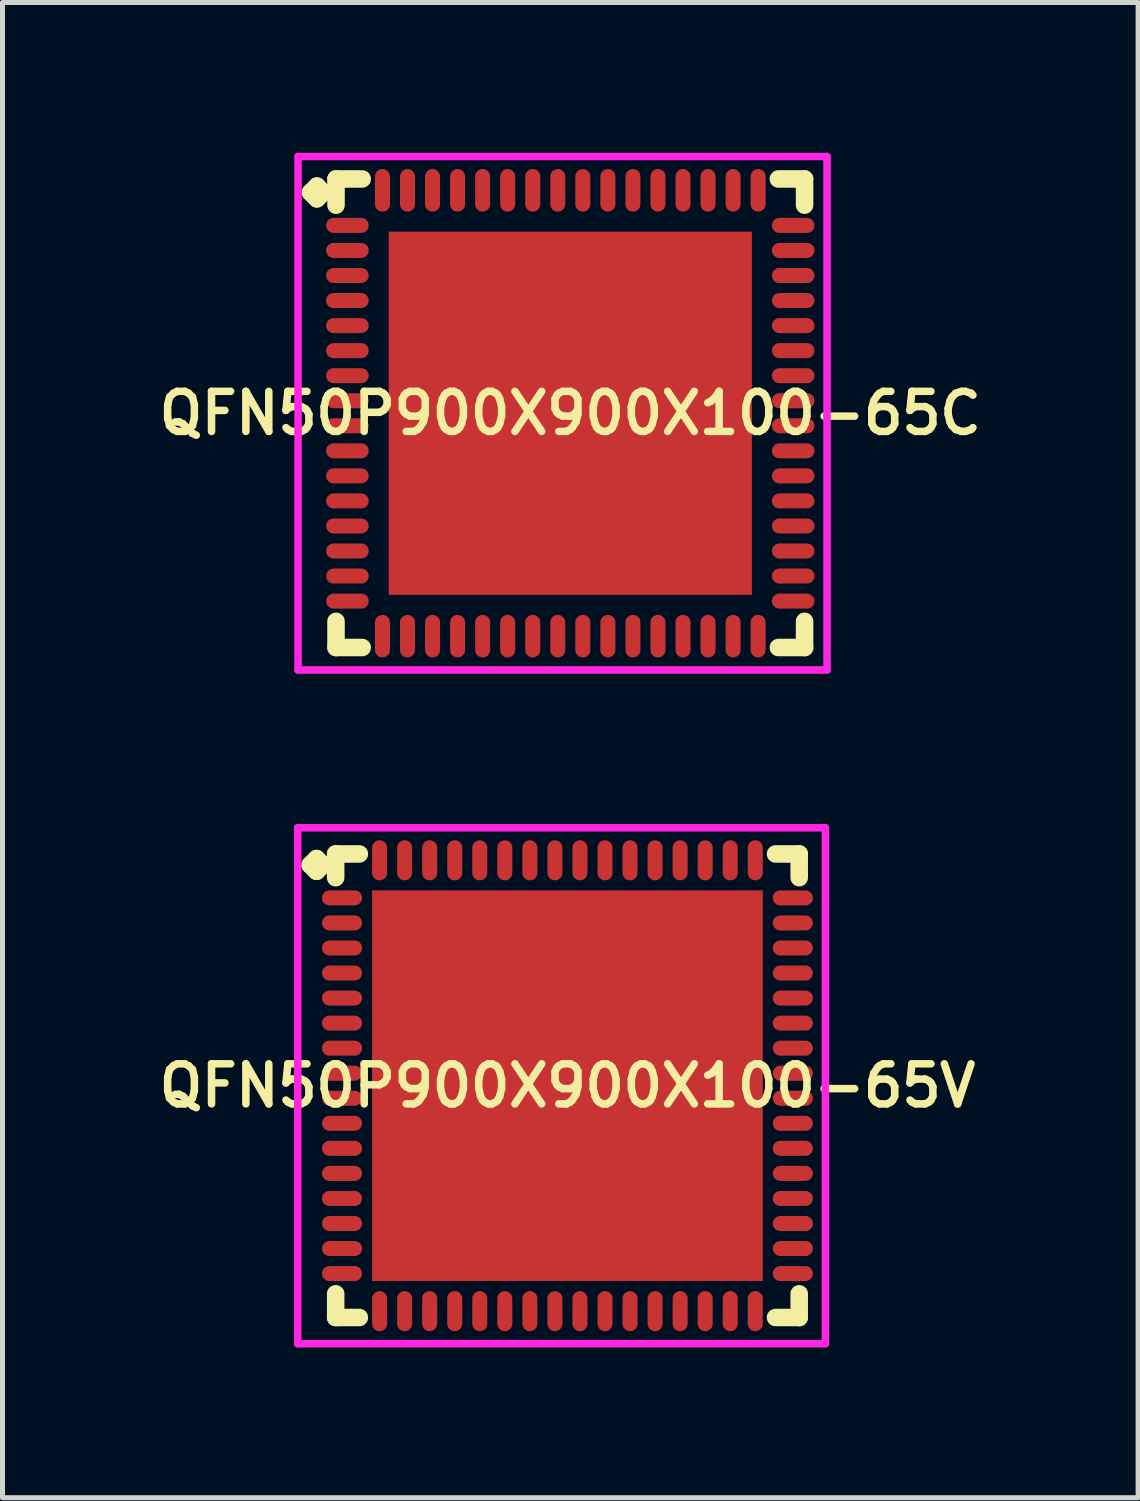
<source format=kicad_pcb>
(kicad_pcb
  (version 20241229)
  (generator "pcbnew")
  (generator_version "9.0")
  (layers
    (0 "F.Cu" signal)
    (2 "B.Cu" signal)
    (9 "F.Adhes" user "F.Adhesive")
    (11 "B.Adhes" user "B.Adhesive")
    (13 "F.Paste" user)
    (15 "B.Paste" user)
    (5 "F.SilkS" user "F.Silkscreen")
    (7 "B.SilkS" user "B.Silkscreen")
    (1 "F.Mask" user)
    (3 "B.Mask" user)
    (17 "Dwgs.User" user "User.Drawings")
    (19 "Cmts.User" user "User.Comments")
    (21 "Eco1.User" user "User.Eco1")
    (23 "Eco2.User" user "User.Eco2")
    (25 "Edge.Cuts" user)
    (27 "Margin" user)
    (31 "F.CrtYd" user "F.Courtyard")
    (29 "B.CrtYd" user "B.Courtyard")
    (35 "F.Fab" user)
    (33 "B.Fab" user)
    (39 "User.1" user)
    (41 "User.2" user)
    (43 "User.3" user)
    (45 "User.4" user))
  (footprint "QFN50P900X900X100-65V"
    (layer "F.Cu")
    (at 8.278 18.625)
    (property "Reference" "QFN50P900X900X100-65V" (at 0 0 0) (layer "F.SilkS") (effects (font (size 0.8 0.8) (thickness 0.15))))
    (attr smd)
    (fp_line (start -5.135 -4.408) (end -5.008 -4.535) (stroke (width 0.35) (type solid)) (layer "F.SilkS"))
    (fp_line (start -5.008 -4.535) (end -4.881 -4.408) (stroke (width 0.35) (type solid)) (layer "F.SilkS"))
    (fp_line (start -5.008 -4.281) (end -5.135 -4.408) (stroke (width 0.35) (type solid)) (layer "F.SilkS"))
    (fp_line (start -4.881 -4.408) (end -5.008 -4.281) (stroke (width 0.35) (type solid)) (layer "F.SilkS"))
    (fp_line (start -4.627 -4.627) (end -4.154 -4.627) (stroke (width 0.35) (type solid)) (layer "F.SilkS"))
    (fp_line (start -4.627 -4.154) (end -4.627 -4.627) (stroke (width 0.35) (type solid)) (layer "F.SilkS"))
    (fp_line (start -4.627 4.154) (end -4.627 4.627) (stroke (width 0.35) (type solid)) (layer "F.SilkS"))
    (fp_line (start -4.627 4.627) (end -4.154 4.627) (stroke (width 0.35) (type solid)) (layer "F.SilkS"))
    (fp_line (start 4.154 -4.627) (end 4.627 -4.627) (stroke (width 0.35) (type solid)) (layer "F.SilkS"))
    (fp_line (start 4.154 4.627) (end 4.627 4.627) (stroke (width 0.35) (type solid)) (layer "F.SilkS"))
    (fp_line (start 4.627 -4.627) (end 4.627 -4.154) (stroke (width 0.35) (type solid)) (layer "F.SilkS"))
    (fp_line (start 4.627 4.627) (end 4.627 4.154) (stroke (width 0.35) (type solid)) (layer "F.SilkS"))
    (fp_line (start -5.385 -5.15) (end 5.15 -5.15) (stroke (width 0.15) (type solid)) (layer "F.CrtYd"))
    (fp_line (start -5.385 5.15) (end -5.385 -5.15) (stroke (width 0.15) (type solid)) (layer "F.CrtYd"))
    (fp_line (start 5.15 -5.15) (end 5.15 5.15) (stroke (width 0.15) (type solid)) (layer "F.CrtYd"))
    (fp_line (start 5.15 5.15) (end -5.385 5.15) (stroke (width 0.15) (type solid)) (layer "F.CrtYd"))
    (pad "1" smd oval (at -4.5 -3.75) (size 0.8 0.3) (layers "F.Cu" "F.Mask" "F.Paste"))
    (pad "2" smd oval (at -4.5 -3.25) (size 0.8 0.3) (layers "F.Cu" "F.Mask" "F.Paste"))
    (pad "3" smd oval (at -4.5 -2.75) (size 0.8 0.3) (layers "F.Cu" "F.Mask" "F.Paste"))
    (pad "4" smd oval (at -4.5 -2.25) (size 0.8 0.3) (layers "F.Cu" "F.Mask" "F.Paste"))
    (pad "5" smd oval (at -4.5 -1.75) (size 0.8 0.3) (layers "F.Cu" "F.Mask" "F.Paste"))
    (pad "6" smd oval (at -4.5 -1.25) (size 0.8 0.3) (layers "F.Cu" "F.Mask" "F.Paste"))
    (pad "7" smd oval (at -4.5 -0.75) (size 0.8 0.3) (layers "F.Cu" "F.Mask" "F.Paste"))
    (pad "8" smd oval (at -4.5 -0.25) (size 0.8 0.3) (layers "F.Cu" "F.Mask" "F.Paste"))
    (pad "9" smd oval (at -4.5 0.25) (size 0.8 0.3) (layers "F.Cu" "F.Mask" "F.Paste"))
    (pad "10" smd oval (at -4.5 0.75) (size 0.8 0.3) (layers "F.Cu" "F.Mask" "F.Paste"))
    (pad "11" smd oval (at -4.5 1.25) (size 0.8 0.3) (layers "F.Cu" "F.Mask" "F.Paste"))
    (pad "12" smd oval (at -4.5 1.75) (size 0.8 0.3) (layers "F.Cu" "F.Mask" "F.Paste"))
    (pad "13" smd oval (at -4.5 2.25) (size 0.8 0.3) (layers "F.Cu" "F.Mask" "F.Paste"))
    (pad "14" smd oval (at -4.5 2.75) (size 0.8 0.3) (layers "F.Cu" "F.Mask" "F.Paste"))
    (pad "15" smd oval (at -4.5 3.25) (size 0.8 0.3) (layers "F.Cu" "F.Mask" "F.Paste"))
    (pad "16" smd oval (at -4.5 3.75) (size 0.8 0.3) (layers "F.Cu" "F.Mask" "F.Paste"))
    (pad "17" smd oval (at -3.75 4.5) (size 0.3 0.8) (layers "F.Cu" "F.Mask" "F.Paste"))
    (pad "18" smd oval (at -3.25 4.5) (size 0.3 0.8) (layers "F.Cu" "F.Mask" "F.Paste"))
    (pad "19" smd oval (at -2.75 4.5) (size 0.3 0.8) (layers "F.Cu" "F.Mask" "F.Paste"))
    (pad "20" smd oval (at -2.25 4.5) (size 0.3 0.8) (layers "F.Cu" "F.Mask" "F.Paste"))
    (pad "21" smd oval (at -1.75 4.5) (size 0.3 0.8) (layers "F.Cu" "F.Mask" "F.Paste"))
    (pad "22" smd oval (at -1.25 4.5) (size 0.3 0.8) (layers "F.Cu" "F.Mask" "F.Paste"))
    (pad "23" smd oval (at -0.75 4.5) (size 0.3 0.8) (layers "F.Cu" "F.Mask" "F.Paste"))
    (pad "24" smd oval (at -0.25 4.5) (size 0.3 0.8) (layers "F.Cu" "F.Mask" "F.Paste"))
    (pad "25" smd oval (at 0.25 4.5) (size 0.3 0.8) (layers "F.Cu" "F.Mask" "F.Paste"))
    (pad "26" smd oval (at 0.75 4.5) (size 0.3 0.8) (layers "F.Cu" "F.Mask" "F.Paste"))
    (pad "27" smd oval (at 1.25 4.5) (size 0.3 0.8) (layers "F.Cu" "F.Mask" "F.Paste"))
    (pad "28" smd oval (at 1.75 4.5) (size 0.3 0.8) (layers "F.Cu" "F.Mask" "F.Paste"))
    (pad "29" smd oval (at 2.25 4.5) (size 0.3 0.8) (layers "F.Cu" "F.Mask" "F.Paste"))
    (pad "30" smd oval (at 2.75 4.5) (size 0.3 0.8) (layers "F.Cu" "F.Mask" "F.Paste"))
    (pad "31" smd oval (at 3.25 4.5) (size 0.3 0.8) (layers "F.Cu" "F.Mask" "F.Paste"))
    (pad "32" smd oval (at 3.75 4.5) (size 0.3 0.8) (layers "F.Cu" "F.Mask" "F.Paste"))
    (pad "33" smd oval (at 4.5 3.75) (size 0.8 0.3) (layers "F.Cu" "F.Mask" "F.Paste"))
    (pad "34" smd oval (at 4.5 3.25) (size 0.8 0.3) (layers "F.Cu" "F.Mask" "F.Paste"))
    (pad "35" smd oval (at 4.5 2.75) (size 0.8 0.3) (layers "F.Cu" "F.Mask" "F.Paste"))
    (pad "36" smd oval (at 4.5 2.25) (size 0.8 0.3) (layers "F.Cu" "F.Mask" "F.Paste"))
    (pad "37" smd oval (at 4.5 1.75) (size 0.8 0.3) (layers "F.Cu" "F.Mask" "F.Paste"))
    (pad "38" smd oval (at 4.5 1.25) (size 0.8 0.3) (layers "F.Cu" "F.Mask" "F.Paste"))
    (pad "39" smd oval (at 4.5 0.75) (size 0.8 0.3) (layers "F.Cu" "F.Mask" "F.Paste"))
    (pad "40" smd oval (at 4.5 0.25) (size 0.8 0.3) (layers "F.Cu" "F.Mask" "F.Paste"))
    (pad "41" smd oval (at 4.5 -0.25) (size 0.8 0.3) (layers "F.Cu" "F.Mask" "F.Paste"))
    (pad "42" smd oval (at 4.5 -0.75) (size 0.8 0.3) (layers "F.Cu" "F.Mask" "F.Paste"))
    (pad "43" smd oval (at 4.5 -1.25) (size 0.8 0.3) (layers "F.Cu" "F.Mask" "F.Paste"))
    (pad "44" smd oval (at 4.5 -1.75) (size 0.8 0.3) (layers "F.Cu" "F.Mask" "F.Paste"))
    (pad "45" smd oval (at 4.5 -2.25) (size 0.8 0.3) (layers "F.Cu" "F.Mask" "F.Paste"))
    (pad "46" smd oval (at 4.5 -2.75) (size 0.8 0.3) (layers "F.Cu" "F.Mask" "F.Paste"))
    (pad "47" smd oval (at 4.5 -3.25) (size 0.8 0.3) (layers "F.Cu" "F.Mask" "F.Paste"))
    (pad "48" smd oval (at 4.5 -3.75) (size 0.8 0.3) (layers "F.Cu" "F.Mask" "F.Paste"))
    (pad "49" smd oval (at 3.75 -4.5) (size 0.3 0.8) (layers "F.Cu" "F.Mask" "F.Paste"))
    (pad "50" smd oval (at 3.25 -4.5) (size 0.3 0.8) (layers "F.Cu" "F.Mask" "F.Paste"))
    (pad "51" smd oval (at 2.75 -4.5) (size 0.3 0.8) (layers "F.Cu" "F.Mask" "F.Paste"))
    (pad "52" smd oval (at 2.25 -4.5) (size 0.3 0.8) (layers "F.Cu" "F.Mask" "F.Paste"))
    (pad "53" smd oval (at 1.75 -4.5) (size 0.3 0.8) (layers "F.Cu" "F.Mask" "F.Paste"))
    (pad "54" smd oval (at 1.25 -4.5) (size 0.3 0.8) (layers "F.Cu" "F.Mask" "F.Paste"))
    (pad "55" smd oval (at 0.75 -4.5) (size 0.3 0.8) (layers "F.Cu" "F.Mask" "F.Paste"))
    (pad "56" smd oval (at 0.25 -4.5) (size 0.3 0.8) (layers "F.Cu" "F.Mask" "F.Paste"))
    (pad "57" smd oval (at -0.25 -4.5) (size 0.3 0.8) (layers "F.Cu" "F.Mask" "F.Paste"))
    (pad "58" smd oval (at -0.75 -4.5) (size 0.3 0.8) (layers "F.Cu" "F.Mask" "F.Paste"))
    (pad "59" smd oval (at -1.25 -4.5) (size 0.3 0.8) (layers "F.Cu" "F.Mask" "F.Paste"))
    (pad "60" smd oval (at -1.75 -4.5) (size 0.3 0.8) (layers "F.Cu" "F.Mask" "F.Paste"))
    (pad "61" smd oval (at -2.25 -4.5) (size 0.3 0.8) (layers "F.Cu" "F.Mask" "F.Paste"))
    (pad "62" smd oval (at -2.75 -4.5) (size 0.3 0.8) (layers "F.Cu" "F.Mask" "F.Paste"))
    (pad "63" smd oval (at -3.25 -4.5) (size 0.3 0.8) (layers "F.Cu" "F.Mask" "F.Paste"))
    (pad "64" smd oval (at -3.75 -4.5) (size 0.3 0.8) (layers "F.Cu" "F.Mask" "F.Paste"))
    (pad "65" smd rect (at 0 0) (size 7.8 7.8) (layers "F.Cu" "F.Mask" "F.Paste")))
  (footprint "QFN50P900X900X100-65C"
    (layer "F.Cu")
    (at 8.335 5.2)
    (property "Reference" "QFN50P900X900X100-65C" (at 0 0 0) (layer "F.SilkS") (effects (font (size 0.8 0.8) (thickness 0.15))))
    (attr smd)
    (fp_line (start -5.185 -4.408) (end -5.058 -4.535) (stroke (width 0.35) (type solid)) (layer "F.SilkS"))
    (fp_line (start -5.058 -4.535) (end -4.931 -4.408) (stroke (width 0.35) (type solid)) (layer "F.SilkS"))
    (fp_line (start -5.058 -4.281) (end -5.185 -4.408) (stroke (width 0.35) (type solid)) (layer "F.SilkS"))
    (fp_line (start -4.931 -4.408) (end -5.058 -4.281) (stroke (width 0.35) (type solid)) (layer "F.SilkS"))
    (fp_line (start -4.677 -4.677) (end -4.154 -4.677) (stroke (width 0.35) (type solid)) (layer "F.SilkS"))
    (fp_line (start -4.677 -4.154) (end -4.677 -4.677) (stroke (width 0.35) (type solid)) (layer "F.SilkS"))
    (fp_line (start -4.677 4.154) (end -4.677 4.677) (stroke (width 0.35) (type solid)) (layer "F.SilkS"))
    (fp_line (start -4.677 4.677) (end -4.154 4.677) (stroke (width 0.35) (type solid)) (layer "F.SilkS"))
    (fp_line (start 4.154 -4.677) (end 4.677 -4.677) (stroke (width 0.35) (type solid)) (layer "F.SilkS"))
    (fp_line (start 4.154 4.677) (end 4.677 4.677) (stroke (width 0.35) (type solid)) (layer "F.SilkS"))
    (fp_line (start 4.677 -4.677) (end 4.677 -4.154) (stroke (width 0.35) (type solid)) (layer "F.SilkS"))
    (fp_line (start 4.677 4.677) (end 4.677 4.154) (stroke (width 0.35) (type solid)) (layer "F.SilkS"))
    (fp_line (start -5.435 -5.125) (end 5.125 -5.125) (stroke (width 0.15) (type solid)) (layer "F.CrtYd"))
    (fp_line (start -5.435 5.125) (end -5.435 -5.125) (stroke (width 0.15) (type solid)) (layer "F.CrtYd"))
    (fp_line (start 5.125 -5.125) (end 5.125 5.125) (stroke (width 0.15) (type solid)) (layer "F.CrtYd"))
    (fp_line (start 5.125 5.125) (end -5.435 5.125) (stroke (width 0.15) (type solid)) (layer "F.CrtYd"))
    (pad "1" smd oval (at -4.45 -3.75) (size 0.85 0.3) (layers "F.Cu" "F.Mask" "F.Paste"))
    (pad "2" smd oval (at -4.45 -3.25) (size 0.85 0.3) (layers "F.Cu" "F.Mask" "F.Paste"))
    (pad "3" smd oval (at -4.45 -2.75) (size 0.85 0.3) (layers "F.Cu" "F.Mask" "F.Paste"))
    (pad "4" smd oval (at -4.45 -2.25) (size 0.85 0.3) (layers "F.Cu" "F.Mask" "F.Paste"))
    (pad "5" smd oval (at -4.45 -1.75) (size 0.85 0.3) (layers "F.Cu" "F.Mask" "F.Paste"))
    (pad "6" smd oval (at -4.45 -1.25) (size 0.85 0.3) (layers "F.Cu" "F.Mask" "F.Paste"))
    (pad "7" smd oval (at -4.45 -0.75) (size 0.85 0.3) (layers "F.Cu" "F.Mask" "F.Paste"))
    (pad "8" smd oval (at -4.45 -0.25) (size 0.85 0.3) (layers "F.Cu" "F.Mask" "F.Paste"))
    (pad "9" smd oval (at -4.45 0.25) (size 0.85 0.3) (layers "F.Cu" "F.Mask" "F.Paste"))
    (pad "10" smd oval (at -4.45 0.75) (size 0.85 0.3) (layers "F.Cu" "F.Mask" "F.Paste"))
    (pad "11" smd oval (at -4.45 1.25) (size 0.85 0.3) (layers "F.Cu" "F.Mask" "F.Paste"))
    (pad "12" smd oval (at -4.45 1.75) (size 0.85 0.3) (layers "F.Cu" "F.Mask" "F.Paste"))
    (pad "13" smd oval (at -4.45 2.25) (size 0.85 0.3) (layers "F.Cu" "F.Mask" "F.Paste"))
    (pad "14" smd oval (at -4.45 2.75) (size 0.85 0.3) (layers "F.Cu" "F.Mask" "F.Paste"))
    (pad "15" smd oval (at -4.45 3.25) (size 0.85 0.3) (layers "F.Cu" "F.Mask" "F.Paste"))
    (pad "16" smd oval (at -4.45 3.75) (size 0.85 0.3) (layers "F.Cu" "F.Mask" "F.Paste"))
    (pad "17" smd oval (at -3.75 4.45) (size 0.3 0.85) (layers "F.Cu" "F.Mask" "F.Paste"))
    (pad "18" smd oval (at -3.25 4.45) (size 0.3 0.85) (layers "F.Cu" "F.Mask" "F.Paste"))
    (pad "19" smd oval (at -2.75 4.45) (size 0.3 0.85) (layers "F.Cu" "F.Mask" "F.Paste"))
    (pad "20" smd oval (at -2.25 4.45) (size 0.3 0.85) (layers "F.Cu" "F.Mask" "F.Paste"))
    (pad "21" smd oval (at -1.75 4.45) (size 0.3 0.85) (layers "F.Cu" "F.Mask" "F.Paste"))
    (pad "22" smd oval (at -1.25 4.45) (size 0.3 0.85) (layers "F.Cu" "F.Mask" "F.Paste"))
    (pad "23" smd oval (at -0.75 4.45) (size 0.3 0.85) (layers "F.Cu" "F.Mask" "F.Paste"))
    (pad "24" smd oval (at -0.25 4.45) (size 0.3 0.85) (layers "F.Cu" "F.Mask" "F.Paste"))
    (pad "25" smd oval (at 0.25 4.45) (size 0.3 0.85) (layers "F.Cu" "F.Mask" "F.Paste"))
    (pad "26" smd oval (at 0.75 4.45) (size 0.3 0.85) (layers "F.Cu" "F.Mask" "F.Paste"))
    (pad "27" smd oval (at 1.25 4.45) (size 0.3 0.85) (layers "F.Cu" "F.Mask" "F.Paste"))
    (pad "28" smd oval (at 1.75 4.45) (size 0.3 0.85) (layers "F.Cu" "F.Mask" "F.Paste"))
    (pad "29" smd oval (at 2.25 4.45) (size 0.3 0.85) (layers "F.Cu" "F.Mask" "F.Paste"))
    (pad "30" smd oval (at 2.75 4.45) (size 0.3 0.85) (layers "F.Cu" "F.Mask" "F.Paste"))
    (pad "31" smd oval (at 3.25 4.45) (size 0.3 0.85) (layers "F.Cu" "F.Mask" "F.Paste"))
    (pad "32" smd oval (at 3.75 4.45) (size 0.3 0.85) (layers "F.Cu" "F.Mask" "F.Paste"))
    (pad "33" smd oval (at 4.45 3.75) (size 0.85 0.3) (layers "F.Cu" "F.Mask" "F.Paste"))
    (pad "34" smd oval (at 4.45 3.25) (size 0.85 0.3) (layers "F.Cu" "F.Mask" "F.Paste"))
    (pad "35" smd oval (at 4.45 2.75) (size 0.85 0.3) (layers "F.Cu" "F.Mask" "F.Paste"))
    (pad "36" smd oval (at 4.45 2.25) (size 0.85 0.3) (layers "F.Cu" "F.Mask" "F.Paste"))
    (pad "37" smd oval (at 4.45 1.75) (size 0.85 0.3) (layers "F.Cu" "F.Mask" "F.Paste"))
    (pad "38" smd oval (at 4.45 1.25) (size 0.85 0.3) (layers "F.Cu" "F.Mask" "F.Paste"))
    (pad "39" smd oval (at 4.45 0.75) (size 0.85 0.3) (layers "F.Cu" "F.Mask" "F.Paste"))
    (pad "40" smd oval (at 4.45 0.25) (size 0.85 0.3) (layers "F.Cu" "F.Mask" "F.Paste"))
    (pad "41" smd oval (at 4.45 -0.25) (size 0.85 0.3) (layers "F.Cu" "F.Mask" "F.Paste"))
    (pad "42" smd oval (at 4.45 -0.75) (size 0.85 0.3) (layers "F.Cu" "F.Mask" "F.Paste"))
    (pad "43" smd oval (at 4.45 -1.25) (size 0.85 0.3) (layers "F.Cu" "F.Mask" "F.Paste"))
    (pad "44" smd oval (at 4.45 -1.75) (size 0.85 0.3) (layers "F.Cu" "F.Mask" "F.Paste"))
    (pad "45" smd oval (at 4.45 -2.25) (size 0.85 0.3) (layers "F.Cu" "F.Mask" "F.Paste"))
    (pad "46" smd oval (at 4.45 -2.75) (size 0.85 0.3) (layers "F.Cu" "F.Mask" "F.Paste"))
    (pad "47" smd oval (at 4.45 -3.25) (size 0.85 0.3) (layers "F.Cu" "F.Mask" "F.Paste"))
    (pad "48" smd oval (at 4.45 -3.75) (size 0.85 0.3) (layers "F.Cu" "F.Mask" "F.Paste"))
    (pad "49" smd oval (at 3.75 -4.45) (size 0.3 0.85) (layers "F.Cu" "F.Mask" "F.Paste"))
    (pad "50" smd oval (at 3.25 -4.45) (size 0.3 0.85) (layers "F.Cu" "F.Mask" "F.Paste"))
    (pad "51" smd oval (at 2.75 -4.45) (size 0.3 0.85) (layers "F.Cu" "F.Mask" "F.Paste"))
    (pad "52" smd oval (at 2.25 -4.45) (size 0.3 0.85) (layers "F.Cu" "F.Mask" "F.Paste"))
    (pad "53" smd oval (at 1.75 -4.45) (size 0.3 0.85) (layers "F.Cu" "F.Mask" "F.Paste"))
    (pad "54" smd oval (at 1.25 -4.45) (size 0.3 0.85) (layers "F.Cu" "F.Mask" "F.Paste"))
    (pad "55" smd oval (at 0.75 -4.45) (size 0.3 0.85) (layers "F.Cu" "F.Mask" "F.Paste"))
    (pad "56" smd oval (at 0.25 -4.45) (size 0.3 0.85) (layers "F.Cu" "F.Mask" "F.Paste"))
    (pad "57" smd oval (at -0.25 -4.45) (size 0.3 0.85) (layers "F.Cu" "F.Mask" "F.Paste"))
    (pad "58" smd oval (at -0.75 -4.45) (size 0.3 0.85) (layers "F.Cu" "F.Mask" "F.Paste"))
    (pad "59" smd oval (at -1.25 -4.45) (size 0.3 0.85) (layers "F.Cu" "F.Mask" "F.Paste"))
    (pad "60" smd oval (at -1.75 -4.45) (size 0.3 0.85) (layers "F.Cu" "F.Mask" "F.Paste"))
    (pad "61" smd oval (at -2.25 -4.45) (size 0.3 0.85) (layers "F.Cu" "F.Mask" "F.Paste"))
    (pad "62" smd oval (at -2.75 -4.45) (size 0.3 0.85) (layers "F.Cu" "F.Mask" "F.Paste"))
    (pad "63" smd oval (at -3.25 -4.45) (size 0.3 0.85) (layers "F.Cu" "F.Mask" "F.Paste"))
    (pad "64" smd oval (at -3.75 -4.45) (size 0.3 0.85) (layers "F.Cu" "F.Mask" "F.Paste"))
    (pad "65" smd rect (at 0 0) (size 7.25 7.25) (layers "F.Cu" "F.Mask" "F.Paste")))
  (gr_rect
    (start -3 -3)
    (end 19.671 26.85)
    (stroke (width 0.1) (type default))
    (fill no)
    (layer "Edge.Cuts")))
</source>
